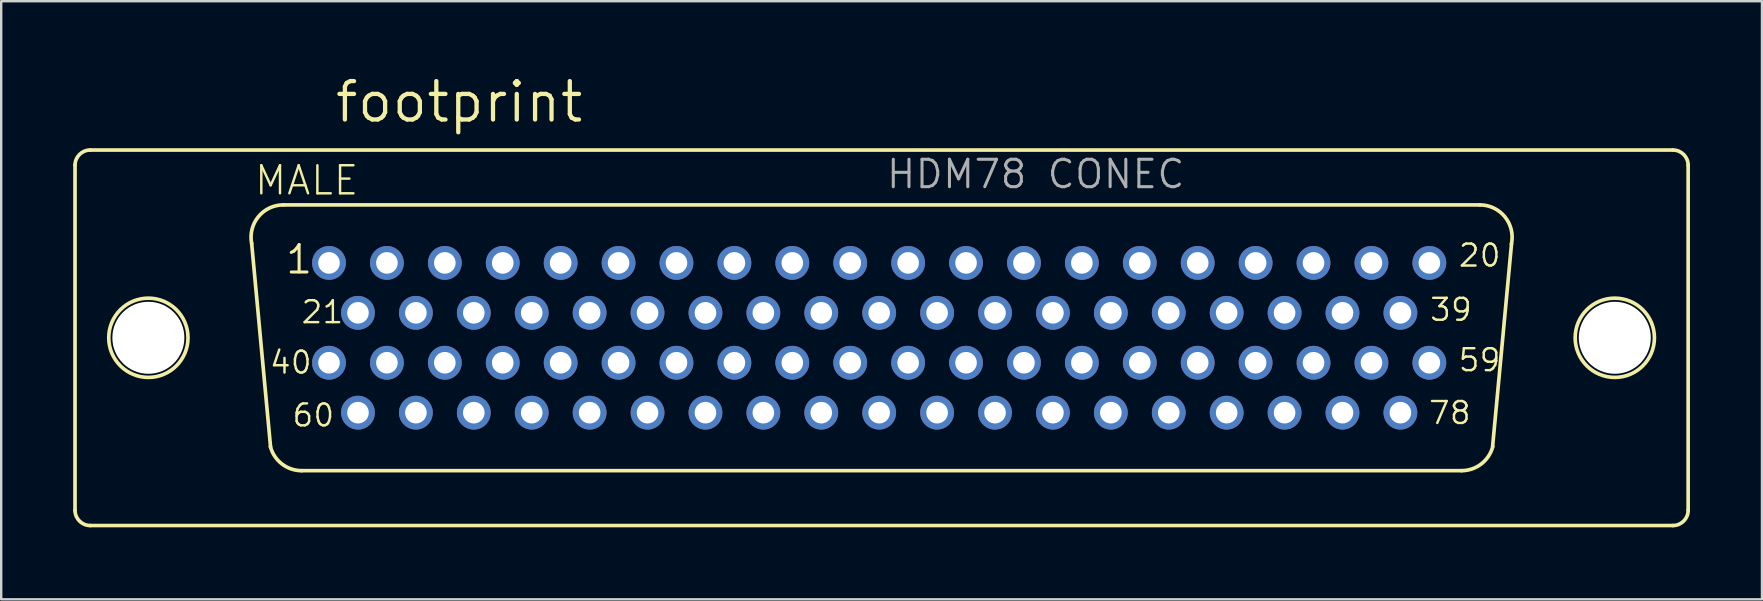
<source format=kicad_pcb>
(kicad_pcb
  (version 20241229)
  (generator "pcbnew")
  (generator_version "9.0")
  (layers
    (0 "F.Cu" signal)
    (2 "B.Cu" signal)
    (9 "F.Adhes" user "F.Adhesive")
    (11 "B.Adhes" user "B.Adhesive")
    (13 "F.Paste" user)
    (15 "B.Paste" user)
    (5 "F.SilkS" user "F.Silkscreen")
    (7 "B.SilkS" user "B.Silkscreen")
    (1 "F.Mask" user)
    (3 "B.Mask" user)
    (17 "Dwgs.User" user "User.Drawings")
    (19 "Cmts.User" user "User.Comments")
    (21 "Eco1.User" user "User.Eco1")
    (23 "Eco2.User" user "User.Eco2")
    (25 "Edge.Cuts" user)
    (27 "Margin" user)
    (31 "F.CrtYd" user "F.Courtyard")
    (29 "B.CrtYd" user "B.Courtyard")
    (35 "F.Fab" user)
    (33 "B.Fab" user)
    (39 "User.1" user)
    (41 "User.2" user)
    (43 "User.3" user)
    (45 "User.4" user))
  (footprint "footprint"
    (layer "F.Cu")
    (at 33.682 11.024)
    (property "Reference" "footprint" (at -22.86 -8.89 0) (layer "F.SilkS") (effects (font (size 1.6 1.6) (thickness 0.178)) (justify left bottom)))
    (fp_line (start -33.606 -7.188) (end -33.606 7.188) (stroke (width 0.152) (type solid)) (layer "F.SilkS"))
    (fp_line (start -32.963 7.823) (end 32.971 7.823) (stroke (width 0.152) (type solid)) (layer "F.SilkS"))
    (fp_line (start -25.459 4.546) (end -26.247 -3.937) (stroke (width 0.152) (type solid)) (layer "F.SilkS"))
    (fp_line (start -24.926 -5.537) (end 24.926 -5.537) (stroke (width 0.152) (type solid)) (layer "F.SilkS"))
    (fp_line (start -24.164 5.537) (end 24.164 5.537) (stroke (width 0.152) (type solid)) (layer "F.SilkS"))
    (fp_line (start 26.247 -3.911) (end 25.459 4.521) (stroke (width 0.152) (type solid)) (layer "F.SilkS"))
    (fp_line (start 32.963 -7.823) (end -32.971 -7.823) (stroke (width 0.152) (type solid)) (layer "F.SilkS"))
    (fp_line (start 33.606 -7.188) (end 33.606 7.188) (stroke (width 0.152) (type solid)) (layer "F.SilkS"))
    (fp_arc (start -33.606 -7.188) (mid -33.420013 -7.637013) (end -32.971 -7.823) (stroke (width 0.1524) (type solid)) (layer "F.SilkS"))
    (fp_arc (start -32.971 7.823) (mid -33.420013 7.637013) (end -33.606 7.188) (stroke (width 0.1524) (type solid)) (layer "F.SilkS"))
    (fp_arc (start -26.2461 -3.9268) (mid -25.967082 -5.044284) (end -24.926 -5.537) (stroke (width 0.1524) (type solid)) (layer "F.SilkS"))
    (fp_arc (start -24.164 5.537) (mid -24.9875 5.255745) (end -25.4669 4.5295) (stroke (width 0.1524) (type solid)) (layer "F.SilkS"))
    (fp_arc (start 24.926 -5.537) (mid 25.974557 -5.035183) (end 26.241499 -3.903798) (stroke (width 0.1524) (type solid)) (layer "F.SilkS"))
    (fp_arc (start 25.4669 4.5295) (mid 24.9875 5.255746) (end 24.164 5.537) (stroke (width 0.1524) (type solid)) (layer "F.SilkS"))
    (fp_arc (start 32.971 -7.823) (mid 33.420013 -7.637013) (end 33.606 -7.188) (stroke (width 0.1524) (type solid)) (layer "F.SilkS"))
    (fp_arc (start 33.606 7.188) (mid 33.420013 7.637013) (end 32.971 7.823) (stroke (width 0.1524) (type solid)) (layer "F.SilkS"))
    (fp_circle (center -30.55 0) (end -28.899 0) (stroke (width 0.152) (type solid)) (fill no) (layer "F.SilkS"))
    (fp_circle (center 30.55 0) (end 32.201 0) (stroke (width 0.152) (type solid)) (fill no) (layer "F.SilkS"))
    (fp_text user "1" (at -24.898 -2.595 0) (layer "F.SilkS") (effects (font (size 1.143 1.143) (thickness 0.127)) (justify left bottom)))
    (fp_text user "59" (at 23.977 1.465 0) (layer "F.SilkS") (effects (font (size 0.914 0.914) (thickness 0.102)) (justify left bottom)))
    (fp_text user "39" (at 22.785 -0.635 0) (layer "F.SilkS") (effects (font (size 0.914 0.914) (thickness 0.102)) (justify left bottom)))
    (fp_text user "60" (at -24.615 3.765 0) (layer "F.SilkS") (effects (font (size 0.914 0.914) (thickness 0.102)) (justify left bottom)))
    (fp_text user "21" (at -24.237 -0.535 0) (layer "F.SilkS") (effects (font (size 0.914 0.914) (thickness 0.102)) (justify left bottom)))
    (fp_text user "MALE" (at -21.717 -7.239 0) (layer "F.SilkS") (effects (font (size 1.168 1.168) (thickness 0.102)) (justify right top)))
    (fp_text user "40" (at -25.555 1.565 0) (layer "F.SilkS") (effects (font (size 0.914 0.914) (thickness 0.102)) (justify left bottom)))
    (fp_text user "20" (at 23.982 -2.895 0) (layer "F.SilkS") (effects (font (size 0.914 0.914) (thickness 0.102)) (justify left bottom)))
    (fp_text user "78" (at 22.737 3.665 0) (layer "F.SilkS") (effects (font (size 0.914 0.914) (thickness 0.102)) (justify left bottom)))
    (fp_text user "HDM78 CONEC" (at 0.132 -6.149 0) (layer "F.Fab") (effects (font (size 1.143 1.143) (thickness 0.127)) (justify left bottom)))
    (pad "" np_thru_hole circle (at -30.55 0) (size 3 3) (drill 3) (layers "*.Cu" "*.Mask"))
    (pad "" np_thru_hole circle (at 30.55 0) (size 3 3) (drill 3) (layers "*.Cu" "*.Mask"))
    (pad "1" thru_hole circle (at -23.024 -3.12) (size 1.408 1.408) (drill 0.9) (layers "*.Cu" "*.Mask"))
    (pad "2" thru_hole circle (at -20.611 -3.12) (size 1.408 1.408) (drill 0.9) (layers "*.Cu" "*.Mask"))
    (pad "3" thru_hole circle (at -18.198 -3.12) (size 1.408 1.408) (drill 0.9) (layers "*.Cu" "*.Mask"))
    (pad "4" thru_hole circle (at -15.785 -3.12) (size 1.408 1.408) (drill 0.9) (layers "*.Cu" "*.Mask"))
    (pad "5" thru_hole circle (at -13.372 -3.12) (size 1.408 1.408) (drill 0.9) (layers "*.Cu" "*.Mask"))
    (pad "6" thru_hole circle (at -10.959 -3.12) (size 1.408 1.408) (drill 0.9) (layers "*.Cu" "*.Mask"))
    (pad "7" thru_hole circle (at -8.546 -3.12) (size 1.408 1.408) (drill 0.9) (layers "*.Cu" "*.Mask"))
    (pad "8" thru_hole circle (at -6.133 -3.12) (size 1.408 1.408) (drill 0.9) (layers "*.Cu" "*.Mask"))
    (pad "9" thru_hole circle (at -3.72 -3.12) (size 1.408 1.408) (drill 0.9) (layers "*.Cu" "*.Mask"))
    (pad "10" thru_hole circle (at -1.307 -3.12) (size 1.408 1.408) (drill 0.9) (layers "*.Cu" "*.Mask"))
    (pad "11" thru_hole circle (at 1.106 -3.12) (size 1.408 1.408) (drill 0.9) (layers "*.Cu" "*.Mask"))
    (pad "12" thru_hole circle (at 3.519 -3.12) (size 1.408 1.408) (drill 0.9) (layers "*.Cu" "*.Mask"))
    (pad "13" thru_hole circle (at 5.932 -3.12) (size 1.408 1.408) (drill 0.9) (layers "*.Cu" "*.Mask"))
    (pad "14" thru_hole circle (at 8.345 -3.12) (size 1.408 1.408) (drill 0.9) (layers "*.Cu" "*.Mask"))
    (pad "15" thru_hole circle (at 10.758 -3.12) (size 1.408 1.408) (drill 0.9) (layers "*.Cu" "*.Mask"))
    (pad "16" thru_hole circle (at 13.171 -3.12) (size 1.408 1.408) (drill 0.9) (layers "*.Cu" "*.Mask"))
    (pad "17" thru_hole circle (at 15.584 -3.12) (size 1.408 1.408) (drill 0.9) (layers "*.Cu" "*.Mask"))
    (pad "18" thru_hole circle (at 17.997 -3.12) (size 1.408 1.408) (drill 0.9) (layers "*.Cu" "*.Mask"))
    (pad "19" thru_hole circle (at 20.41 -3.12) (size 1.408 1.408) (drill 0.9) (layers "*.Cu" "*.Mask"))
    (pad "20" thru_hole circle (at 22.823 -3.12) (size 1.408 1.408) (drill 0.9) (layers "*.Cu" "*.Mask"))
    (pad "21" thru_hole circle (at -21.817 -1.04) (size 1.408 1.408) (drill 0.9) (layers "*.Cu" "*.Mask"))
    (pad "22" thru_hole circle (at -19.404 -1.04) (size 1.408 1.408) (drill 0.9) (layers "*.Cu" "*.Mask"))
    (pad "23" thru_hole circle (at -16.991 -1.04) (size 1.408 1.408) (drill 0.9) (layers "*.Cu" "*.Mask"))
    (pad "24" thru_hole circle (at -14.578 -1.04) (size 1.408 1.408) (drill 0.9) (layers "*.Cu" "*.Mask"))
    (pad "25" thru_hole circle (at -12.165 -1.04) (size 1.408 1.408) (drill 0.9) (layers "*.Cu" "*.Mask"))
    (pad "26" thru_hole circle (at -9.752 -1.04) (size 1.408 1.408) (drill 0.9) (layers "*.Cu" "*.Mask"))
    (pad "27" thru_hole circle (at -7.339 -1.04) (size 1.408 1.408) (drill 0.9) (layers "*.Cu" "*.Mask"))
    (pad "28" thru_hole circle (at -4.926 -1.04) (size 1.408 1.408) (drill 0.9) (layers "*.Cu" "*.Mask"))
    (pad "29" thru_hole circle (at -2.513 -1.04) (size 1.408 1.408) (drill 0.9) (layers "*.Cu" "*.Mask"))
    (pad "30" thru_hole circle (at -0.1 -1.04) (size 1.408 1.408) (drill 0.9) (layers "*.Cu" "*.Mask"))
    (pad "31" thru_hole circle (at 2.313 -1.04) (size 1.408 1.408) (drill 0.9) (layers "*.Cu" "*.Mask"))
    (pad "32" thru_hole circle (at 4.726 -1.04) (size 1.408 1.408) (drill 0.9) (layers "*.Cu" "*.Mask"))
    (pad "33" thru_hole circle (at 7.139 -1.04) (size 1.408 1.408) (drill 0.9) (layers "*.Cu" "*.Mask"))
    (pad "34" thru_hole circle (at 9.552 -1.04) (size 1.408 1.408) (drill 0.9) (layers "*.Cu" "*.Mask"))
    (pad "35" thru_hole circle (at 11.965 -1.04) (size 1.408 1.408) (drill 0.9) (layers "*.Cu" "*.Mask"))
    (pad "36" thru_hole circle (at 14.378 -1.04) (size 1.408 1.408) (drill 0.9) (layers "*.Cu" "*.Mask"))
    (pad "37" thru_hole circle (at 16.791 -1.04) (size 1.408 1.408) (drill 0.9) (layers "*.Cu" "*.Mask"))
    (pad "38" thru_hole circle (at 19.204 -1.04) (size 1.408 1.408) (drill 0.9) (layers "*.Cu" "*.Mask"))
    (pad "39" thru_hole circle (at 21.617 -1.04) (size 1.408 1.408) (drill 0.9) (layers "*.Cu" "*.Mask"))
    (pad "40" thru_hole circle (at -23.024 1.04) (size 1.408 1.408) (drill 0.9) (layers "*.Cu" "*.Mask"))
    (pad "41" thru_hole circle (at -20.611 1.04) (size 1.408 1.408) (drill 0.9) (layers "*.Cu" "*.Mask"))
    (pad "42" thru_hole circle (at -18.198 1.04) (size 1.408 1.408) (drill 0.9) (layers "*.Cu" "*.Mask"))
    (pad "43" thru_hole circle (at -15.785 1.04) (size 1.408 1.408) (drill 0.9) (layers "*.Cu" "*.Mask"))
    (pad "44" thru_hole circle (at -13.372 1.04) (size 1.408 1.408) (drill 0.9) (layers "*.Cu" "*.Mask"))
    (pad "45" thru_hole circle (at -10.959 1.04) (size 1.408 1.408) (drill 0.9) (layers "*.Cu" "*.Mask"))
    (pad "46" thru_hole circle (at -8.546 1.04) (size 1.408 1.408) (drill 0.9) (layers "*.Cu" "*.Mask"))
    (pad "47" thru_hole circle (at -6.133 1.04) (size 1.408 1.408) (drill 0.9) (layers "*.Cu" "*.Mask"))
    (pad "48" thru_hole circle (at -3.72 1.04) (size 1.408 1.408) (drill 0.9) (layers "*.Cu" "*.Mask"))
    (pad "49" thru_hole circle (at -1.307 1.04) (size 1.408 1.408) (drill 0.9) (layers "*.Cu" "*.Mask"))
    (pad "50" thru_hole circle (at 1.106 1.04) (size 1.408 1.408) (drill 0.9) (layers "*.Cu" "*.Mask"))
    (pad "51" thru_hole circle (at 3.519 1.04) (size 1.408 1.408) (drill 0.9) (layers "*.Cu" "*.Mask"))
    (pad "52" thru_hole circle (at 5.932 1.04) (size 1.408 1.408) (drill 0.9) (layers "*.Cu" "*.Mask"))
    (pad "53" thru_hole circle (at 8.345 1.04) (size 1.408 1.408) (drill 0.9) (layers "*.Cu" "*.Mask"))
    (pad "54" thru_hole circle (at 10.758 1.04) (size 1.408 1.408) (drill 0.9) (layers "*.Cu" "*.Mask"))
    (pad "55" thru_hole circle (at 13.171 1.04) (size 1.408 1.408) (drill 0.9) (layers "*.Cu" "*.Mask"))
    (pad "56" thru_hole circle (at 15.584 1.04) (size 1.408 1.408) (drill 0.9) (layers "*.Cu" "*.Mask"))
    (pad "57" thru_hole circle (at 17.997 1.04) (size 1.408 1.408) (drill 0.9) (layers "*.Cu" "*.Mask"))
    (pad "58" thru_hole circle (at 20.41 1.04) (size 1.408 1.408) (drill 0.9) (layers "*.Cu" "*.Mask"))
    (pad "59" thru_hole circle (at 22.823 1.04) (size 1.408 1.408) (drill 0.9) (layers "*.Cu" "*.Mask"))
    (pad "60" thru_hole circle (at -21.817 3.12) (size 1.408 1.408) (drill 0.9) (layers "*.Cu" "*.Mask"))
    (pad "61" thru_hole circle (at -19.404 3.12) (size 1.408 1.408) (drill 0.9) (layers "*.Cu" "*.Mask"))
    (pad "62" thru_hole circle (at -16.991 3.12) (size 1.408 1.408) (drill 0.9) (layers "*.Cu" "*.Mask"))
    (pad "63" thru_hole circle (at -14.578 3.12) (size 1.408 1.408) (drill 0.9) (layers "*.Cu" "*.Mask"))
    (pad "64" thru_hole circle (at -12.165 3.12) (size 1.408 1.408) (drill 0.9) (layers "*.Cu" "*.Mask"))
    (pad "65" thru_hole circle (at -9.752 3.12) (size 1.408 1.408) (drill 0.9) (layers "*.Cu" "*.Mask"))
    (pad "66" thru_hole circle (at -7.339 3.12) (size 1.408 1.408) (drill 0.9) (layers "*.Cu" "*.Mask"))
    (pad "67" thru_hole circle (at -4.926 3.12) (size 1.408 1.408) (drill 0.9) (layers "*.Cu" "*.Mask"))
    (pad "68" thru_hole circle (at -2.513 3.12) (size 1.408 1.408) (drill 0.9) (layers "*.Cu" "*.Mask"))
    (pad "69" thru_hole circle (at -0.1 3.12) (size 1.408 1.408) (drill 0.9) (layers "*.Cu" "*.Mask"))
    (pad "70" thru_hole circle (at 2.313 3.12) (size 1.408 1.408) (drill 0.9) (layers "*.Cu" "*.Mask"))
    (pad "71" thru_hole circle (at 4.726 3.12) (size 1.408 1.408) (drill 0.9) (layers "*.Cu" "*.Mask"))
    (pad "72" thru_hole circle (at 7.139 3.12) (size 1.408 1.408) (drill 0.9) (layers "*.Cu" "*.Mask"))
    (pad "73" thru_hole circle (at 9.552 3.12) (size 1.408 1.408) (drill 0.9) (layers "*.Cu" "*.Mask"))
    (pad "74" thru_hole circle (at 11.965 3.12) (size 1.408 1.408) (drill 0.9) (layers "*.Cu" "*.Mask"))
    (pad "75" thru_hole circle (at 14.378 3.12) (size 1.408 1.408) (drill 0.9) (layers "*.Cu" "*.Mask"))
    (pad "76" thru_hole circle (at 16.791 3.12) (size 1.408 1.408) (drill 0.9) (layers "*.Cu" "*.Mask"))
    (pad "77" thru_hole circle (at 19.204 3.12) (size 1.408 1.408) (drill 0.9) (layers "*.Cu" "*.Mask"))
    (pad "78" thru_hole circle (at 21.617 3.12) (size 1.408 1.408) (drill 0.9) (layers "*.Cu" "*.Mask"))
    (zone (net_name "") (layers "F.Cu" "B.Cu") (hatch edge 0.508) (connect_pads) (min_thickness 0.254) (filled_areas_thickness no) (keepout (tracks allowed) (vias not_allowed) (pads allowed) (copperpour allowed) (footprints allowed)) (placement (enabled no)) (fill) (polygon (pts (xy 5.799 11.024) (xy 5.759 10.56) (xy 5.638 10.111) (xy 5.442 9.69) (xy 5.175 9.309) (xy 4.847 8.981) (xy 4.466 8.714) (xy 4.044 8.517) (xy 3.595 8.397) (xy 3.132 8.357) (xy 2.669 8.397) (xy 2.22 8.517) (xy 1.799 8.714) (xy 1.418 8.981) (xy 1.089 9.309) (xy 0.823 9.69) (xy 0.626 10.111) (xy 0.506 10.56) (xy 0.465 11.024) (xy 0.506 11.487) (xy 0.626 11.936) (xy 0.823 12.357) (xy 1.089 12.738) (xy 1.418 13.067) (xy 1.799 13.333) (xy 2.22 13.53) (xy 2.669 13.65) (xy 3.132 13.691) (xy 3.595 13.65) (xy 4.044 13.53) (xy 4.466 13.333) (xy 4.847 13.067) (xy 5.175 12.738) (xy 5.442 12.357) (xy 5.638 11.936) (xy 5.759 11.487))))
    (zone (net_name "") (layers "F.Cu" "B.Cu") (hatch edge 0.508) (connect_pads) (min_thickness 0.254) (filled_areas_thickness no) (keepout (tracks allowed) (vias not_allowed) (pads allowed) (copperpour allowed) (footprints allowed)) (placement (enabled no)) (fill) (polygon (pts (xy 66.899 11.024) (xy 66.859 10.56) (xy 66.738 10.111) (xy 66.542 9.69) (xy 66.275 9.309) (xy 65.947 8.981) (xy 65.566 8.714) (xy 65.144 8.517) (xy 64.695 8.397) (xy 64.232 8.357) (xy 63.769 8.397) (xy 63.32 8.517) (xy 62.899 8.714) (xy 62.518 8.981) (xy 62.189 9.309) (xy 61.923 9.69) (xy 61.726 10.111) (xy 61.606 10.56) (xy 61.565 11.024) (xy 61.606 11.487) (xy 61.726 11.936) (xy 61.923 12.357) (xy 62.189 12.738) (xy 62.518 13.067) (xy 62.899 13.333) (xy 63.32 13.53) (xy 63.769 13.65) (xy 64.232 13.691) (xy 64.695 13.65) (xy 65.144 13.53) (xy 65.566 13.333) (xy 65.947 13.067) (xy 66.275 12.738) (xy 66.542 12.357) (xy 66.738 11.936) (xy 66.859 11.487))))
    (zone (net_name "") (layer "B.Cu") (hatch edge 0.508) (connect_pads) (min_thickness 0.254) (filled_areas_thickness no) (keepout (tracks not_allowed) (vias not_allowed) (pads not_allowed) (copperpour not_allowed) (footprints allowed)) (placement (enabled no)) (fill) (polygon (pts (xy 5.799 11.024) (xy 5.759 10.56) (xy 5.638 10.111) (xy 5.442 9.69) (xy 5.175 9.309) (xy 4.847 8.981) (xy 4.466 8.714) (xy 4.044 8.517) (xy 3.595 8.397) (xy 3.132 8.357) (xy 2.669 8.397) (xy 2.22 8.517) (xy 1.799 8.714) (xy 1.418 8.981) (xy 1.089 9.309) (xy 0.823 9.69) (xy 0.626 10.111) (xy 0.506 10.56) (xy 0.465 11.024) (xy 0.506 11.487) (xy 0.626 11.936) (xy 0.823 12.357) (xy 1.089 12.738) (xy 1.418 13.067) (xy 1.799 13.333) (xy 2.22 13.53) (xy 2.669 13.65) (xy 3.132 13.691) (xy 3.595 13.65) (xy 4.044 13.53) (xy 4.466 13.333) (xy 4.847 13.067) (xy 5.175 12.738) (xy 5.442 12.357) (xy 5.638 11.936) (xy 5.759 11.487))))
    (zone (net_name "") (layer "B.Cu") (hatch edge 0.508) (connect_pads) (min_thickness 0.254) (filled_areas_thickness no) (keepout (tracks not_allowed) (vias not_allowed) (pads not_allowed) (copperpour not_allowed) (footprints allowed)) (placement (enabled no)) (fill) (polygon (pts (xy 66.899 11.024) (xy 66.859 10.56) (xy 66.738 10.111) (xy 66.542 9.69) (xy 66.275 9.309) (xy 65.947 8.981) (xy 65.566 8.714) (xy 65.144 8.517) (xy 64.695 8.397) (xy 64.232 8.357) (xy 63.769 8.397) (xy 63.32 8.517) (xy 62.899 8.714) (xy 62.518 8.981) (xy 62.189 9.309) (xy 61.923 9.69) (xy 61.726 10.111) (xy 61.606 10.56) (xy 61.565 11.024) (xy 61.606 11.487) (xy 61.726 11.936) (xy 61.923 12.357) (xy 62.189 12.738) (xy 62.518 13.067) (xy 62.899 13.333) (xy 63.32 13.53) (xy 63.769 13.65) (xy 64.232 13.691) (xy 64.695 13.65) (xy 65.144 13.53) (xy 65.566 13.333) (xy 65.947 13.067) (xy 66.275 12.738) (xy 66.542 12.357) (xy 66.738 11.936) (xy 66.859 11.487)))))
  (gr_rect
    (start -3 -3)
    (end 70.364 21.923)
    (stroke (width 0.1) (type default))
    (fill no)
    (layer "Edge.Cuts")))
</source>
